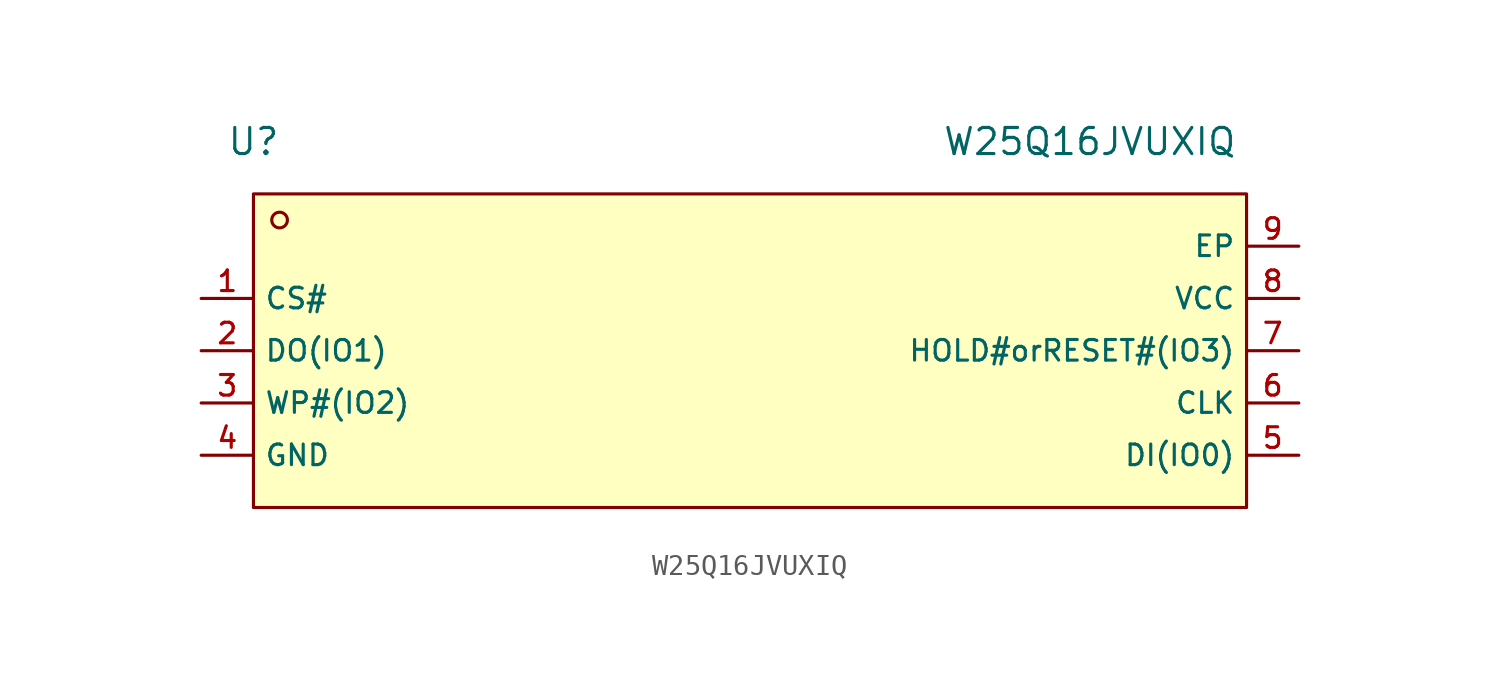
<source format=kicad_sym>
(kicad_symbol_lib
  (version 20220914)
  (generator kicad_symbol_editor)
  (symbol "W25Q16JVUXIQ"
    (property "Reference" "U"
      (at -24.13 11.43 0)
      (effects (font (size 1.27 1.27))))
    (property "Value" "W25Q16JVUXIQ"
      (at 16.51 11.43 0)
      (effects (font (size 1.27 1.27))))
    (symbol "W25Q16JVUXIQ_0_1"
      (rectangle (start -24.13 8.89) (end 24.13 -6.35) (stroke (width 0) (type default)) (fill (type background)))
      (circle (center -22.86 7.62) (radius 0.381) (stroke (width 0) (type default)) (fill (type background)))
      (pin unspecified line (at -26.67 3.81 0) (length 2.54) (name "CS#" (effects (font (size 1 1)))) (number "1" (effects (font (size 1 1)))))
      (pin unspecified line (at -26.67 1.27 0) (length 2.54) (name "DO(IO1)" (effects (font (size 1 1)))) (number "2" (effects (font (size 1 1)))))
      (pin unspecified line (at -26.67 -1.27 0) (length 2.54) (name "WP#(IO2)" (effects (font (size 1 1)))) (number "3" (effects (font (size 1 1)))))
      (pin unspecified line (at -26.67 -3.81 0) (length 2.54) (name "GND" (effects (font (size 1 1)))) (number "4" (effects (font (size 1 1)))))
      (pin unspecified line (at 26.67 -3.81 180) (length 2.54) (name "DI(IO0)" (effects (font (size 1 1)))) (number "5" (effects (font (size 1 1)))))
      (pin unspecified line (at 26.67 -1.27 180) (length 2.54) (name "CLK" (effects (font (size 1 1)))) (number "6" (effects (font (size 1 1)))))
      (pin unspecified line (at 26.67 1.27 180) (length 2.54) (name "HOLD#orRESET#(IO3)" (effects (font (size 1 1)))) (number "7" (effects (font (size 1 1)))))
      (pin unspecified line (at 26.67 3.81 180) (length 2.54) (name "VCC" (effects (font (size 1 1)))) (number "8" (effects (font (size 1 1)))))
      (pin unspecified line (at 26.67 6.35 180) (length 2.54) (name "EP" (effects (font (size 1 1)))) (number "9" (effects (font (size 1 1))))))))
</source>
